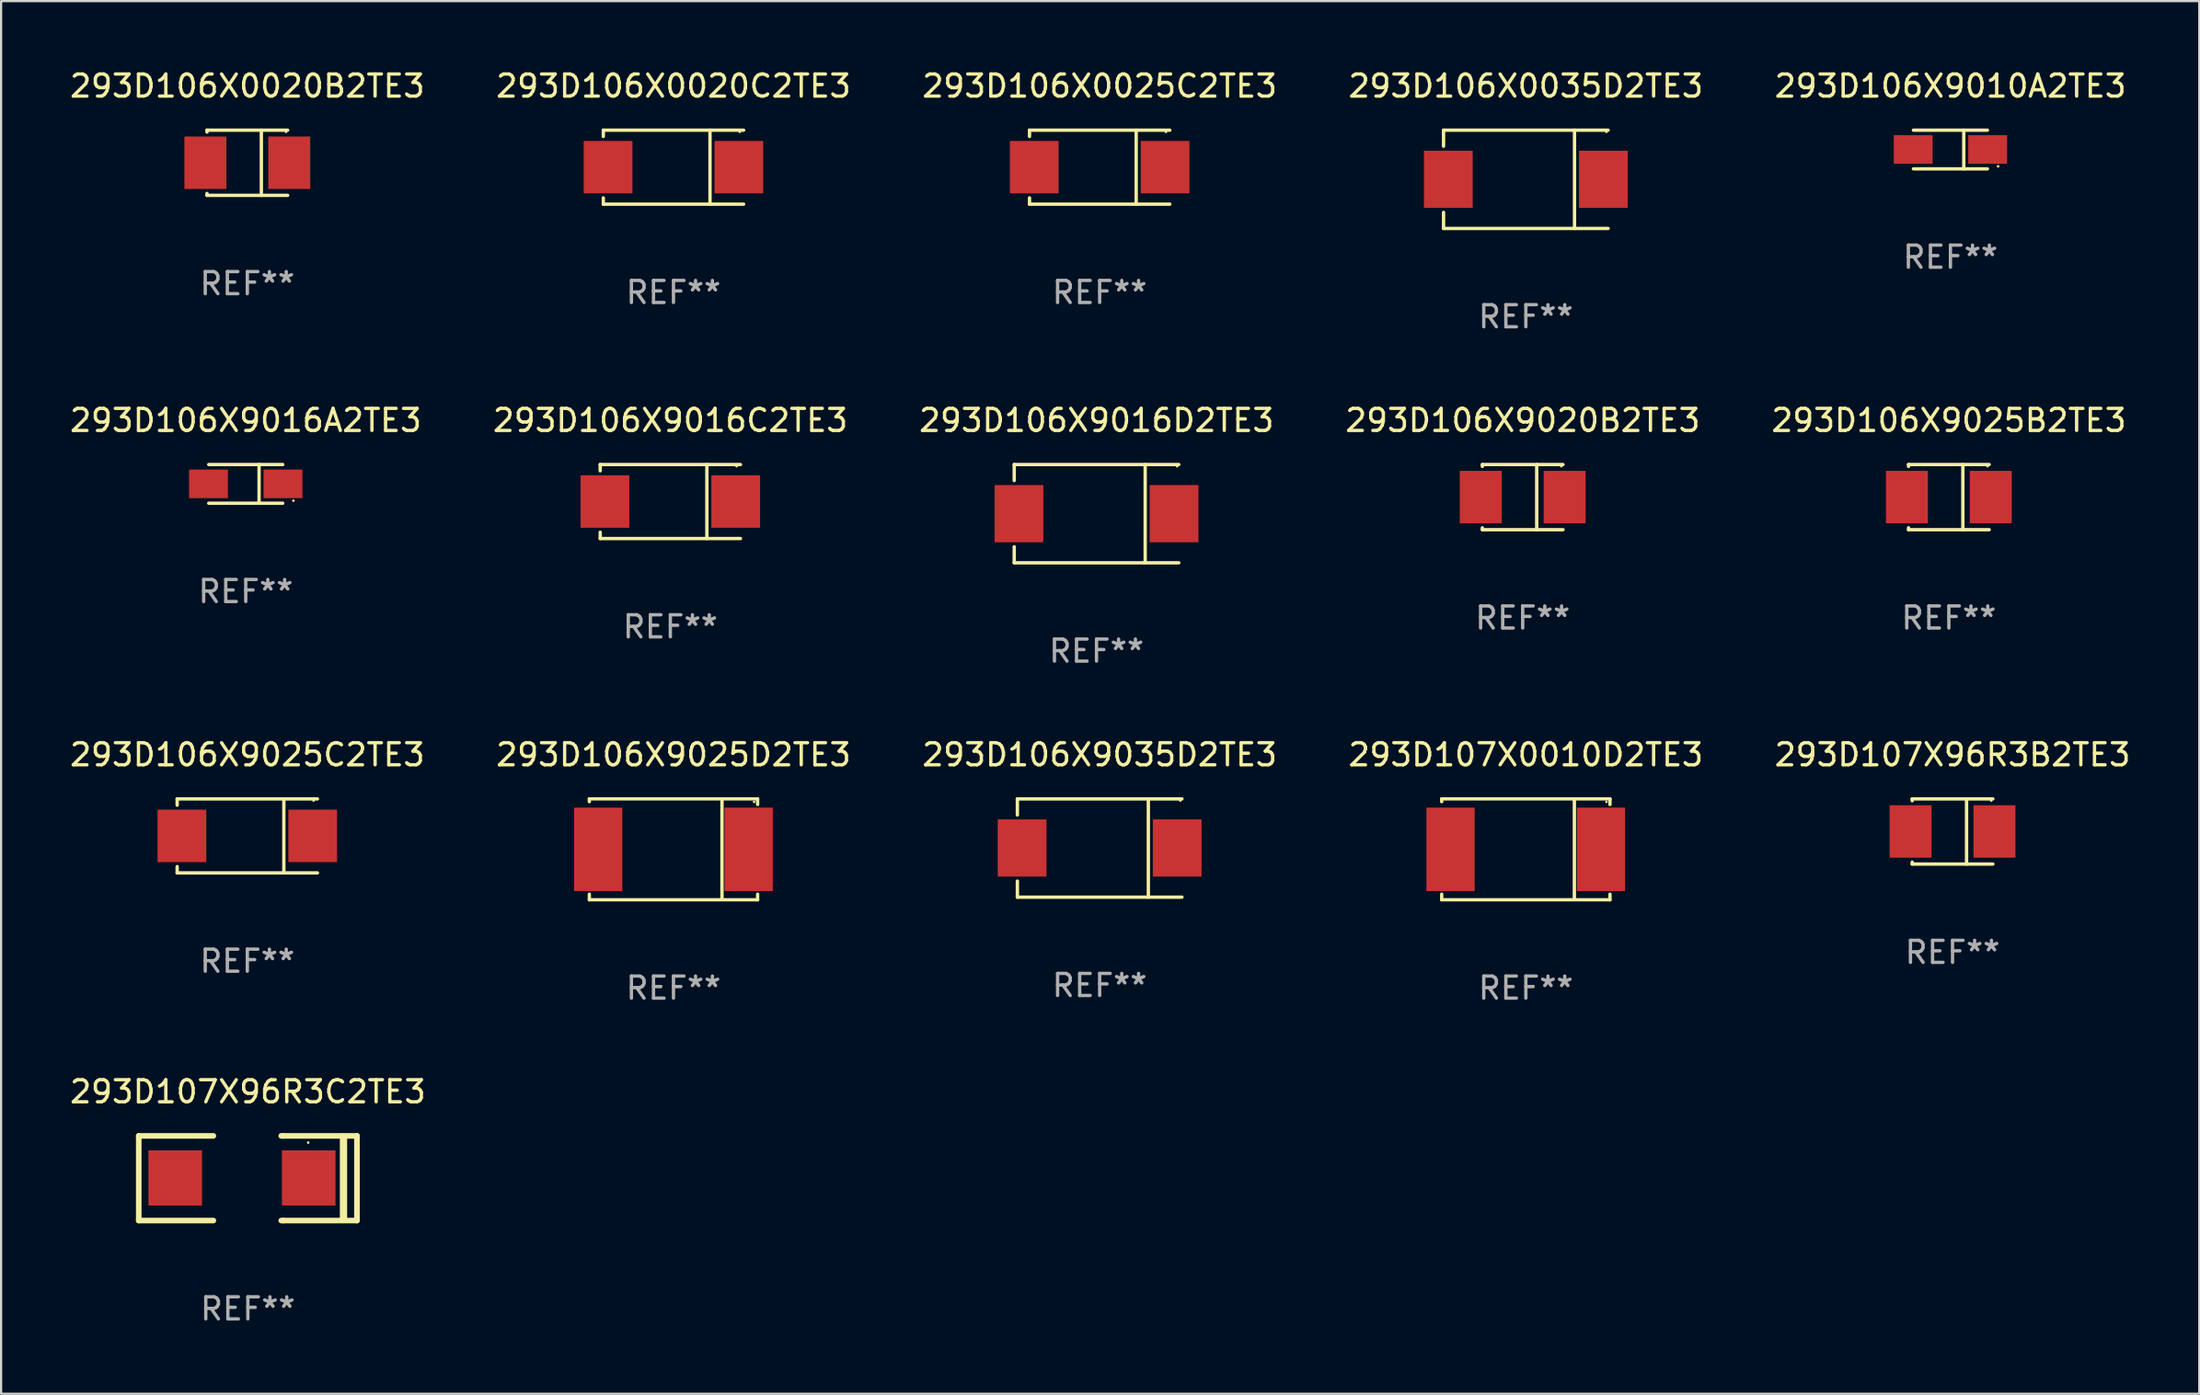
<source format=kicad_pcb>
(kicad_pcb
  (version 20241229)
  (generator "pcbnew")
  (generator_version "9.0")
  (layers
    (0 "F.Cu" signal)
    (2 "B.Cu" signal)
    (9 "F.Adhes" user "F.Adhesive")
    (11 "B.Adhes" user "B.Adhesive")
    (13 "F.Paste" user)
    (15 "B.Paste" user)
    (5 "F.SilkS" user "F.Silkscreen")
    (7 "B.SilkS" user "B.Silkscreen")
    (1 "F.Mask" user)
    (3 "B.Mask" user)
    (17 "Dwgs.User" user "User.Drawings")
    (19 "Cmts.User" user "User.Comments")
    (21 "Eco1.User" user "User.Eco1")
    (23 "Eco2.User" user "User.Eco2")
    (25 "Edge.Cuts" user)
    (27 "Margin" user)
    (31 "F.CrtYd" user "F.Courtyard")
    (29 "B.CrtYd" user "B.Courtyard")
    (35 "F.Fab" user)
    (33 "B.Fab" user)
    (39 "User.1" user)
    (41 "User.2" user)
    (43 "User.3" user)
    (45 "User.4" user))
  (footprint "293D106X9035D2TE3"
    (layer "F.Cu")
    (at 46.744 35.372)
    (property "Reference" "293D106X9035D2TE3" (at 0 -4.226 0) (layer "F.SilkS") (effects (font (size 1 1) (thickness 0.15))))
    (attr through_hole)
    (fp_line (start -3.726 -2.226) (end -3.726 -1.499) (stroke (width 0.152) (type solid)) (layer "F.SilkS"))
    (fp_line (start -3.726 -2.226) (end 3.726 -2.226) (stroke (width 0.152) (type solid)) (layer "F.SilkS"))
    (fp_line (start -3.726 2.226) (end -3.726 1.499) (stroke (width 0.152) (type solid)) (layer "F.SilkS"))
    (fp_line (start -3.726 2.226) (end 3.726 2.226) (stroke (width 0.152) (type solid)) (layer "F.SilkS"))
    (fp_line (start 2.204 -2.226) (end 2.204 2.226) (stroke (width 0.152) (type solid)) (layer "F.SilkS"))
    (fp_circle (center 3.65 -2.15) (end 3.68 -2.15) (stroke (width 0.06) (type solid)) (fill no) (layer "F.SilkS"))
    (fp_text user "REF**" (at 0 6.226 0) (layer "F.Fab") (effects (font (size 1 1) (thickness 0.15))))
    (pad "1" smd rect (at 3.511 0) (size 2.207 2.592) (layers "F.Cu" "F.Mask" "F.Paste"))
    (pad "2" smd rect (at -3.511 0) (size 2.207 2.592) (layers "F.Cu" "F.Mask" "F.Paste")))
  (footprint "293D106X0025C2TE3"
    (layer "F.Cu")
    (at 46.744 4.524)
    (property "Reference" "293D106X0025C2TE3" (at 0 -3.676 0) (layer "F.SilkS") (effects (font (size 1 1) (thickness 0.15))))
    (attr through_hole)
    (fp_line (start -3.176 -1.676) (end -3.176 -1.391) (stroke (width 0.152) (type solid)) (layer "F.SilkS"))
    (fp_line (start -3.176 -1.676) (end 3.176 -1.676) (stroke (width 0.152) (type solid)) (layer "F.SilkS"))
    (fp_line (start -3.176 1.676) (end -3.176 1.391) (stroke (width 0.152) (type solid)) (layer "F.SilkS"))
    (fp_line (start -3.176 1.676) (end 3.176 1.676) (stroke (width 0.152) (type solid)) (layer "F.SilkS"))
    (fp_line (start 1.654 -1.676) (end 1.654 1.676) (stroke (width 0.152) (type solid)) (layer "F.SilkS"))
    (fp_circle (center 3 -1.6) (end 3.03 -1.6) (stroke (width 0.06) (type solid)) (fill no) (layer "F.SilkS"))
    (fp_text user "REF**" (at 0 5.676 0) (layer "F.Fab") (effects (font (size 1 1) (thickness 0.15))))
    (pad "1" smd rect (at 2.961 0) (size 2.207 2.376) (layers "F.Cu" "F.Mask" "F.Paste"))
    (pad "2" smd rect (at -2.961 0) (size 2.207 2.376) (layers "F.Cu" "F.Mask" "F.Paste")))
  (footprint "293D106X9025B2TE3"
    (layer "F.Cu")
    (at 85.196 19.473)
    (property "Reference" "293D106X9025B2TE3" (at 0 -3.476 0) (layer "F.SilkS") (effects (font (size 1 1) (thickness 0.15))))
    (attr through_hole)
    (fp_line (start -1.826 -1.476) (end -1.826 -1.391) (stroke (width 0.152) (type solid)) (layer "F.SilkS"))
    (fp_line (start -1.826 -1.476) (end 1.826 -1.476) (stroke (width 0.152) (type solid)) (layer "F.SilkS"))
    (fp_line (start -1.826 1.476) (end -1.826 1.391) (stroke (width 0.152) (type solid)) (layer "F.SilkS"))
    (fp_line (start -1.826 1.476) (end 1.826 1.476) (stroke (width 0.152) (type solid)) (layer "F.SilkS"))
    (fp_line (start 0.635 -1.476) (end 0.635 1.476) (stroke (width 0.152) (type solid)) (layer "F.SilkS"))
    (fp_circle (center 1.75 -1.4) (end 1.78 -1.4) (stroke (width 0.06) (type solid)) (fill no) (layer "F.SilkS"))
    (fp_text user "REF**" (at 0 5.476 0) (layer "F.Fab") (effects (font (size 1 1) (thickness 0.15))))
    (pad "1" smd rect (at 1.899 0) (size 1.9 2.376) (layers "F.Cu" "F.Mask" "F.Paste"))
    (pad "2" smd rect (at -1.899 0) (size 1.9 2.376) (layers "F.Cu" "F.Mask" "F.Paste")))
  (footprint "293D106X0020B2TE3"
    (layer "F.Cu")
    (at 8.149 4.324)
    (property "Reference" "293D106X0020B2TE3" (at 0 -3.476 0) (layer "F.SilkS") (effects (font (size 1 1) (thickness 0.15))))
    (attr through_hole)
    (fp_line (start -1.826 -1.476) (end -1.826 -1.391) (stroke (width 0.152) (type solid)) (layer "F.SilkS"))
    (fp_line (start -1.826 -1.476) (end 1.826 -1.476) (stroke (width 0.152) (type solid)) (layer "F.SilkS"))
    (fp_line (start -1.826 1.476) (end -1.826 1.391) (stroke (width 0.152) (type solid)) (layer "F.SilkS"))
    (fp_line (start -1.826 1.476) (end 1.826 1.476) (stroke (width 0.152) (type solid)) (layer "F.SilkS"))
    (fp_line (start 0.635 -1.476) (end 0.635 1.476) (stroke (width 0.152) (type solid)) (layer "F.SilkS"))
    (fp_circle (center 1.75 -1.4) (end 1.78 -1.4) (stroke (width 0.06) (type solid)) (fill no) (layer "F.SilkS"))
    (fp_text user "REF**" (at 0 5.476 0) (layer "F.Fab") (effects (font (size 1 1) (thickness 0.15))))
    (pad "1" smd rect (at 1.899 0) (size 1.9 2.376) (layers "F.Cu" "F.Mask" "F.Paste"))
    (pad "2" smd rect (at -1.899 0) (size 1.9 2.376) (layers "F.Cu" "F.Mask" "F.Paste")))
  (footprint "293D106X0020C2TE3"
    (layer "F.Cu")
    (at 27.446 4.524)
    (property "Reference" "293D106X0020C2TE3" (at 0 -3.676 0) (layer "F.SilkS") (effects (font (size 1 1) (thickness 0.15))))
    (attr through_hole)
    (fp_line (start -3.176 -1.676) (end -3.176 -1.391) (stroke (width 0.152) (type solid)) (layer "F.SilkS"))
    (fp_line (start -3.176 -1.676) (end 3.176 -1.676) (stroke (width 0.152) (type solid)) (layer "F.SilkS"))
    (fp_line (start -3.176 1.676) (end -3.176 1.391) (stroke (width 0.152) (type solid)) (layer "F.SilkS"))
    (fp_line (start -3.176 1.676) (end 3.176 1.676) (stroke (width 0.152) (type solid)) (layer "F.SilkS"))
    (fp_line (start 1.654 -1.676) (end 1.654 1.676) (stroke (width 0.152) (type solid)) (layer "F.SilkS"))
    (fp_circle (center 3 -1.6) (end 3.03 -1.6) (stroke (width 0.06) (type solid)) (fill no) (layer "F.SilkS"))
    (fp_text user "REF**" (at 0 5.676 0) (layer "F.Fab") (effects (font (size 1 1) (thickness 0.15))))
    (pad "1" smd rect (at 2.961 0) (size 2.207 2.376) (layers "F.Cu" "F.Mask" "F.Paste"))
    (pad "2" smd rect (at -2.961 0) (size 2.207 2.376) (layers "F.Cu" "F.Mask" "F.Paste")))
  (footprint "293D107X96R3B2TE3"
    (layer "F.Cu")
    (at 85.363 34.622)
    (property "Reference" "293D107X96R3B2TE3" (at 0 -3.476 0) (layer "F.SilkS") (effects (font (size 1 1) (thickness 0.15))))
    (attr through_hole)
    (fp_line (start -1.826 -1.476) (end -1.826 -1.391) (stroke (width 0.152) (type solid)) (layer "F.SilkS"))
    (fp_line (start -1.826 -1.476) (end 1.826 -1.476) (stroke (width 0.152) (type solid)) (layer "F.SilkS"))
    (fp_line (start -1.826 1.476) (end -1.826 1.391) (stroke (width 0.152) (type solid)) (layer "F.SilkS"))
    (fp_line (start -1.826 1.476) (end 1.826 1.476) (stroke (width 0.152) (type solid)) (layer "F.SilkS"))
    (fp_line (start 0.635 -1.476) (end 0.635 1.476) (stroke (width 0.152) (type solid)) (layer "F.SilkS"))
    (fp_circle (center 1.75 -1.4) (end 1.78 -1.4) (stroke (width 0.06) (type solid)) (fill no) (layer "F.SilkS"))
    (fp_text user "REF**" (at 0 5.476 0) (layer "F.Fab") (effects (font (size 1 1) (thickness 0.15))))
    (pad "1" smd rect (at 1.899 0) (size 1.9 2.376) (layers "F.Cu" "F.Mask" "F.Paste"))
    (pad "2" smd rect (at -1.899 0) (size 1.9 2.376) (layers "F.Cu" "F.Mask" "F.Paste")))
  (footprint "293D106X9016C2TE3"
    (layer "F.Cu")
    (at 27.304 19.673)
    (property "Reference" "293D106X9016C2TE3" (at 0 -3.676 0) (layer "F.SilkS") (effects (font (size 1 1) (thickness 0.15))))
    (attr through_hole)
    (fp_line (start -3.176 -1.676) (end -3.176 -1.391) (stroke (width 0.152) (type solid)) (layer "F.SilkS"))
    (fp_line (start -3.176 -1.676) (end 3.176 -1.676) (stroke (width 0.152) (type solid)) (layer "F.SilkS"))
    (fp_line (start -3.176 1.676) (end -3.176 1.391) (stroke (width 0.152) (type solid)) (layer "F.SilkS"))
    (fp_line (start -3.176 1.676) (end 3.176 1.676) (stroke (width 0.152) (type solid)) (layer "F.SilkS"))
    (fp_line (start 1.654 -1.676) (end 1.654 1.676) (stroke (width 0.152) (type solid)) (layer "F.SilkS"))
    (fp_circle (center 3 -1.6) (end 3.03 -1.6) (stroke (width 0.06) (type solid)) (fill no) (layer "F.SilkS"))
    (fp_text user "REF**" (at 0 5.676 0) (layer "F.Fab") (effects (font (size 1 1) (thickness 0.15))))
    (pad "1" smd rect (at 2.961 0) (size 2.207 2.376) (layers "F.Cu" "F.Mask" "F.Paste"))
    (pad "2" smd rect (at -2.961 0) (size 2.207 2.376) (layers "F.Cu" "F.Mask" "F.Paste")))
  (footprint "293D106X9020B2TE3"
    (layer "F.Cu")
    (at 65.899 19.473)
    (property "Reference" "293D106X9020B2TE3" (at 0 -3.476 0) (layer "F.SilkS") (effects (font (size 1 1) (thickness 0.15))))
    (attr through_hole)
    (fp_line (start -1.826 -1.476) (end -1.826 -1.391) (stroke (width 0.152) (type solid)) (layer "F.SilkS"))
    (fp_line (start -1.826 -1.476) (end 1.826 -1.476) (stroke (width 0.152) (type solid)) (layer "F.SilkS"))
    (fp_line (start -1.826 1.476) (end -1.826 1.391) (stroke (width 0.152) (type solid)) (layer "F.SilkS"))
    (fp_line (start -1.826 1.476) (end 1.826 1.476) (stroke (width 0.152) (type solid)) (layer "F.SilkS"))
    (fp_line (start 0.635 -1.476) (end 0.635 1.476) (stroke (width 0.152) (type solid)) (layer "F.SilkS"))
    (fp_circle (center 1.75 -1.4) (end 1.78 -1.4) (stroke (width 0.06) (type solid)) (fill no) (layer "F.SilkS"))
    (fp_text user "REF**" (at 0 5.476 0) (layer "F.Fab") (effects (font (size 1 1) (thickness 0.15))))
    (pad "1" smd rect (at 1.899 0) (size 1.9 2.376) (layers "F.Cu" "F.Mask" "F.Paste"))
    (pad "2" smd rect (at -1.899 0) (size 1.9 2.376) (layers "F.Cu" "F.Mask" "F.Paste")))
  (footprint "293D107X0010D2TE3"
    (layer "F.Cu")
    (at 66.042 35.432)
    (property "Reference" "293D107X0010D2TE3" (at 0 -4.286 0) (layer "F.SilkS") (effects (font (size 1 1) (thickness 0.15))))
    (attr through_hole)
    (fp_line (start -3.81 -2.286) (end -3.81 -2.159) (stroke (width 0.15) (type solid)) (layer "F.SilkS"))
    (fp_line (start -3.81 2.032) (end -3.81 2.286) (stroke (width 0.15) (type solid)) (layer "F.SilkS"))
    (fp_line (start -3.81 2.286) (end 3.81 2.286) (stroke (width 0.15) (type solid)) (layer "F.SilkS"))
    (fp_line (start 2.197 -2.226) (end 2.197 2.226) (stroke (width 0.152) (type solid)) (layer "F.SilkS"))
    (fp_line (start 3.81 -2.286) (end -3.81 -2.286) (stroke (width 0.15) (type solid)) (layer "F.SilkS"))
    (fp_line (start 3.81 -2.032) (end 3.81 -2.286) (stroke (width 0.15) (type solid)) (layer "F.SilkS"))
    (fp_line (start 3.81 2.286) (end 3.81 2.032) (stroke (width 0.15) (type solid)) (layer "F.SilkS"))
    (fp_circle (center 3.65 -2.15) (end 3.68 -2.15) (stroke (width 0.06) (type solid)) (fill no) (layer "F.SilkS"))
    (fp_text user "REF**" (at 0 6.286 0) (layer "F.Fab") (effects (font (size 1 1) (thickness 0.15))))
    (pad "1" smd rect (at 3.404 0 180) (size 2.185 3.78) (layers "F.Cu" "F.Mask" "F.Paste"))
    (pad "2" smd rect (at -3.409 0 180) (size 2.185 3.78) (layers "F.Cu" "F.Mask" "F.Paste")))
  (footprint "293D106X0035D2TE3"
    (layer "F.Cu")
    (at 66.042 5.074)
    (property "Reference" "293D106X0035D2TE3" (at 0 -4.226 0) (layer "F.SilkS") (effects (font (size 1 1) (thickness 0.15))))
    (attr through_hole)
    (fp_line (start -3.726 -2.226) (end -3.726 -1.499) (stroke (width 0.152) (type solid)) (layer "F.SilkS"))
    (fp_line (start -3.726 -2.226) (end 3.726 -2.226) (stroke (width 0.152) (type solid)) (layer "F.SilkS"))
    (fp_line (start -3.726 2.226) (end -3.726 1.499) (stroke (width 0.152) (type solid)) (layer "F.SilkS"))
    (fp_line (start -3.726 2.226) (end 3.726 2.226) (stroke (width 0.152) (type solid)) (layer "F.SilkS"))
    (fp_line (start 2.204 -2.226) (end 2.204 2.226) (stroke (width 0.152) (type solid)) (layer "F.SilkS"))
    (fp_circle (center 3.65 -2.15) (end 3.68 -2.15) (stroke (width 0.06) (type solid)) (fill no) (layer "F.SilkS"))
    (fp_text user "REF**" (at 0 6.226 0) (layer "F.Fab") (effects (font (size 1 1) (thickness 0.15))))
    (pad "1" smd rect (at 3.511 0) (size 2.207 2.592) (layers "F.Cu" "F.Mask" "F.Paste"))
    (pad "2" smd rect (at -3.511 0) (size 2.207 2.592) (layers "F.Cu" "F.Mask" "F.Paste")))
  (footprint "293D106X9010A2TE3"
    (layer "F.Cu")
    (at 85.268 3.724)
    (property "Reference" "293D106X9010A2TE3" (at 0 -2.876 0) (layer "F.SilkS") (effects (font (size 1 1) (thickness 0.15))))
    (attr through_hole)
    (fp_line (start -1.676 -0.876) (end 1.676 -0.876) (stroke (width 0.152) (type solid)) (layer "F.SilkS"))
    (fp_line (start -1.676 0.876) (end 1.676 0.876) (stroke (width 0.152) (type solid)) (layer "F.SilkS"))
    (fp_line (start 0.604 -0.876) (end 0.604 0.876) (stroke (width 0.152) (type solid)) (layer "F.SilkS"))
    (fp_circle (center 2.159 0.762) (end 2.189 0.762) (stroke (width 0.06) (type solid)) (fill no) (layer "F.SilkS"))
    (fp_text user "REF**" (at 0 4.876 0) (layer "F.Fab") (effects (font (size 1 1) (thickness 0.15))))
    (pad "1" smd rect (at 1.686 0) (size 1.758 1.296) (layers "F.Cu" "F.Mask" "F.Paste"))
    (pad "2" smd rect (at -1.686 0) (size 1.758 1.296) (layers "F.Cu" "F.Mask" "F.Paste")))
  (footprint "293D107X96R3C2TE3"
    (layer "F.Cu")
    (at 8.173 50.332)
    (property "Reference" "293D107X96R3C2TE3" (at 0 -3.918 0) (layer "F.SilkS") (effects (font (size 1 1) (thickness 0.15))))
    (attr through_hole)
    (fp_line (start -4.94 -1.918) (end -1.562 -1.918) (stroke (width 0.254) (type solid)) (layer "F.SilkS"))
    (fp_line (start -4.94 1.918) (end -4.94 -1.918) (stroke (width 0.254) (type solid)) (layer "F.SilkS"))
    (fp_line (start -1.562 1.918) (end -4.94 1.918) (stroke (width 0.254) (type solid)) (layer "F.SilkS"))
    (fp_line (start 1.511 -1.918) (end 1.613 -1.918) (stroke (width 0.254) (type solid)) (layer "F.SilkS"))
    (fp_line (start 1.613 -1.918) (end 4.94 -1.918) (stroke (width 0.254) (type solid)) (layer "F.SilkS"))
    (fp_line (start 1.613 1.918) (end 1.511 1.918) (stroke (width 0.254) (type solid)) (layer "F.SilkS"))
    (fp_line (start 4.331 1.867) (end 4.331 -1.867) (stroke (width 0.33) (type solid)) (layer "F.SilkS"))
    (fp_line (start 4.94 -1.918) (end 4.94 1.918) (stroke (width 0.254) (type solid)) (layer "F.SilkS"))
    (fp_line (start 4.94 1.918) (end 1.613 1.918) (stroke (width 0.254) (type solid)) (layer "F.SilkS"))
    (fp_circle (center 2.733 -1.613) (end 2.763 -1.613) (stroke (width 0.06) (type solid)) (fill no) (layer "F.SilkS"))
    (fp_text user "REF**" (at 0 5.918 0) (layer "F.Fab") (effects (font (size 1 1) (thickness 0.15))))
    (pad "1" smd rect (at 2.756 -0.013 180) (size 2.426 2.5) (layers "F.Cu" "F.Mask" "F.Paste"))
    (pad "2" smd rect (at -3.289 -0.013 180) (size 2.426 2.5) (layers "F.Cu" "F.Mask" "F.Paste")))
  (footprint "293D106X9025C2TE3"
    (layer "F.Cu")
    (at 8.149 34.822)
    (property "Reference" "293D106X9025C2TE3" (at 0 -3.676 0) (layer "F.SilkS") (effects (font (size 1 1) (thickness 0.15))))
    (attr through_hole)
    (fp_line (start -3.176 -1.676) (end -3.176 -1.391) (stroke (width 0.152) (type solid)) (layer "F.SilkS"))
    (fp_line (start -3.176 -1.676) (end 3.176 -1.676) (stroke (width 0.152) (type solid)) (layer "F.SilkS"))
    (fp_line (start -3.176 1.676) (end -3.176 1.391) (stroke (width 0.152) (type solid)) (layer "F.SilkS"))
    (fp_line (start -3.176 1.676) (end 3.176 1.676) (stroke (width 0.152) (type solid)) (layer "F.SilkS"))
    (fp_line (start 1.654 -1.676) (end 1.654 1.676) (stroke (width 0.152) (type solid)) (layer "F.SilkS"))
    (fp_circle (center 3 -1.6) (end 3.03 -1.6) (stroke (width 0.06) (type solid)) (fill no) (layer "F.SilkS"))
    (fp_text user "REF**" (at 0 5.676 0) (layer "F.Fab") (effects (font (size 1 1) (thickness 0.15))))
    (pad "1" smd rect (at 2.961 0) (size 2.207 2.376) (layers "F.Cu" "F.Mask" "F.Paste"))
    (pad "2" smd rect (at -2.961 0) (size 2.207 2.376) (layers "F.Cu" "F.Mask" "F.Paste")))
  (footprint "293D106X9016D2TE3"
    (layer "F.Cu")
    (at 46.601 20.223)
    (property "Reference" "293D106X9016D2TE3" (at 0 -4.226 0) (layer "F.SilkS") (effects (font (size 1 1) (thickness 0.15))))
    (attr through_hole)
    (fp_line (start -3.726 -2.226) (end -3.726 -1.499) (stroke (width 0.152) (type solid)) (layer "F.SilkS"))
    (fp_line (start -3.726 -2.226) (end 3.726 -2.226) (stroke (width 0.152) (type solid)) (layer "F.SilkS"))
    (fp_line (start -3.726 2.226) (end -3.726 1.499) (stroke (width 0.152) (type solid)) (layer "F.SilkS"))
    (fp_line (start -3.726 2.226) (end 3.726 2.226) (stroke (width 0.152) (type solid)) (layer "F.SilkS"))
    (fp_line (start 2.204 -2.226) (end 2.204 2.226) (stroke (width 0.152) (type solid)) (layer "F.SilkS"))
    (fp_circle (center 3.65 -2.15) (end 3.68 -2.15) (stroke (width 0.06) (type solid)) (fill no) (layer "F.SilkS"))
    (fp_text user "REF**" (at 0 6.226 0) (layer "F.Fab") (effects (font (size 1 1) (thickness 0.15))))
    (pad "1" smd rect (at 3.511 0) (size 2.207 2.592) (layers "F.Cu" "F.Mask" "F.Paste"))
    (pad "2" smd rect (at -3.511 0) (size 2.207 2.592) (layers "F.Cu" "F.Mask" "F.Paste")))
  (footprint "293D106X9025D2TE3"
    (layer "F.Cu")
    (at 27.446 35.432)
    (property "Reference" "293D106X9025D2TE3" (at 0 -4.286 0) (layer "F.SilkS") (effects (font (size 1 1) (thickness 0.15))))
    (attr through_hole)
    (fp_line (start -3.81 -2.286) (end -3.81 -2.159) (stroke (width 0.15) (type solid)) (layer "F.SilkS"))
    (fp_line (start -3.81 2.032) (end -3.81 2.286) (stroke (width 0.15) (type solid)) (layer "F.SilkS"))
    (fp_line (start -3.81 2.286) (end 3.81 2.286) (stroke (width 0.15) (type solid)) (layer "F.SilkS"))
    (fp_line (start 2.197 -2.226) (end 2.197 2.226) (stroke (width 0.152) (type solid)) (layer "F.SilkS"))
    (fp_line (start 3.81 -2.286) (end -3.81 -2.286) (stroke (width 0.15) (type solid)) (layer "F.SilkS"))
    (fp_line (start 3.81 -2.032) (end 3.81 -2.286) (stroke (width 0.15) (type solid)) (layer "F.SilkS"))
    (fp_line (start 3.81 2.286) (end 3.81 2.032) (stroke (width 0.15) (type solid)) (layer "F.SilkS"))
    (fp_circle (center 3.65 -2.15) (end 3.68 -2.15) (stroke (width 0.06) (type solid)) (fill no) (layer "F.SilkS"))
    (fp_text user "REF**" (at 0 6.286 0) (layer "F.Fab") (effects (font (size 1 1) (thickness 0.15))))
    (pad "1" smd rect (at 3.404 0 180) (size 2.185 3.78) (layers "F.Cu" "F.Mask" "F.Paste"))
    (pad "2" smd rect (at -3.409 0 180) (size 2.185 3.78) (layers "F.Cu" "F.Mask" "F.Paste")))
  (footprint "293D106X9016A2TE3"
    (layer "F.Cu")
    (at 8.077 18.873)
    (property "Reference" "293D106X9016A2TE3" (at 0 -2.876 0) (layer "F.SilkS") (effects (font (size 1 1) (thickness 0.15))))
    (attr through_hole)
    (fp_line (start -1.676 -0.876) (end 1.676 -0.876) (stroke (width 0.152) (type solid)) (layer "F.SilkS"))
    (fp_line (start -1.676 0.876) (end 1.676 0.876) (stroke (width 0.152) (type solid)) (layer "F.SilkS"))
    (fp_line (start 0.604 -0.876) (end 0.604 0.876) (stroke (width 0.152) (type solid)) (layer "F.SilkS"))
    (fp_circle (center 2.159 0.762) (end 2.189 0.762) (stroke (width 0.06) (type solid)) (fill no) (layer "F.SilkS"))
    (fp_text user "REF**" (at 0 4.876 0) (layer "F.Fab") (effects (font (size 1 1) (thickness 0.15))))
    (pad "1" smd rect (at 1.686 0) (size 1.758 1.296) (layers "F.Cu" "F.Mask" "F.Paste"))
    (pad "2" smd rect (at -1.686 0) (size 1.758 1.296) (layers "F.Cu" "F.Mask" "F.Paste")))
  (gr_rect
    (start -3 -3)
    (end 96.536 60.098)
    (stroke (width 0.1) (type default))
    (fill no)
    (layer "Edge.Cuts")))
</source>
